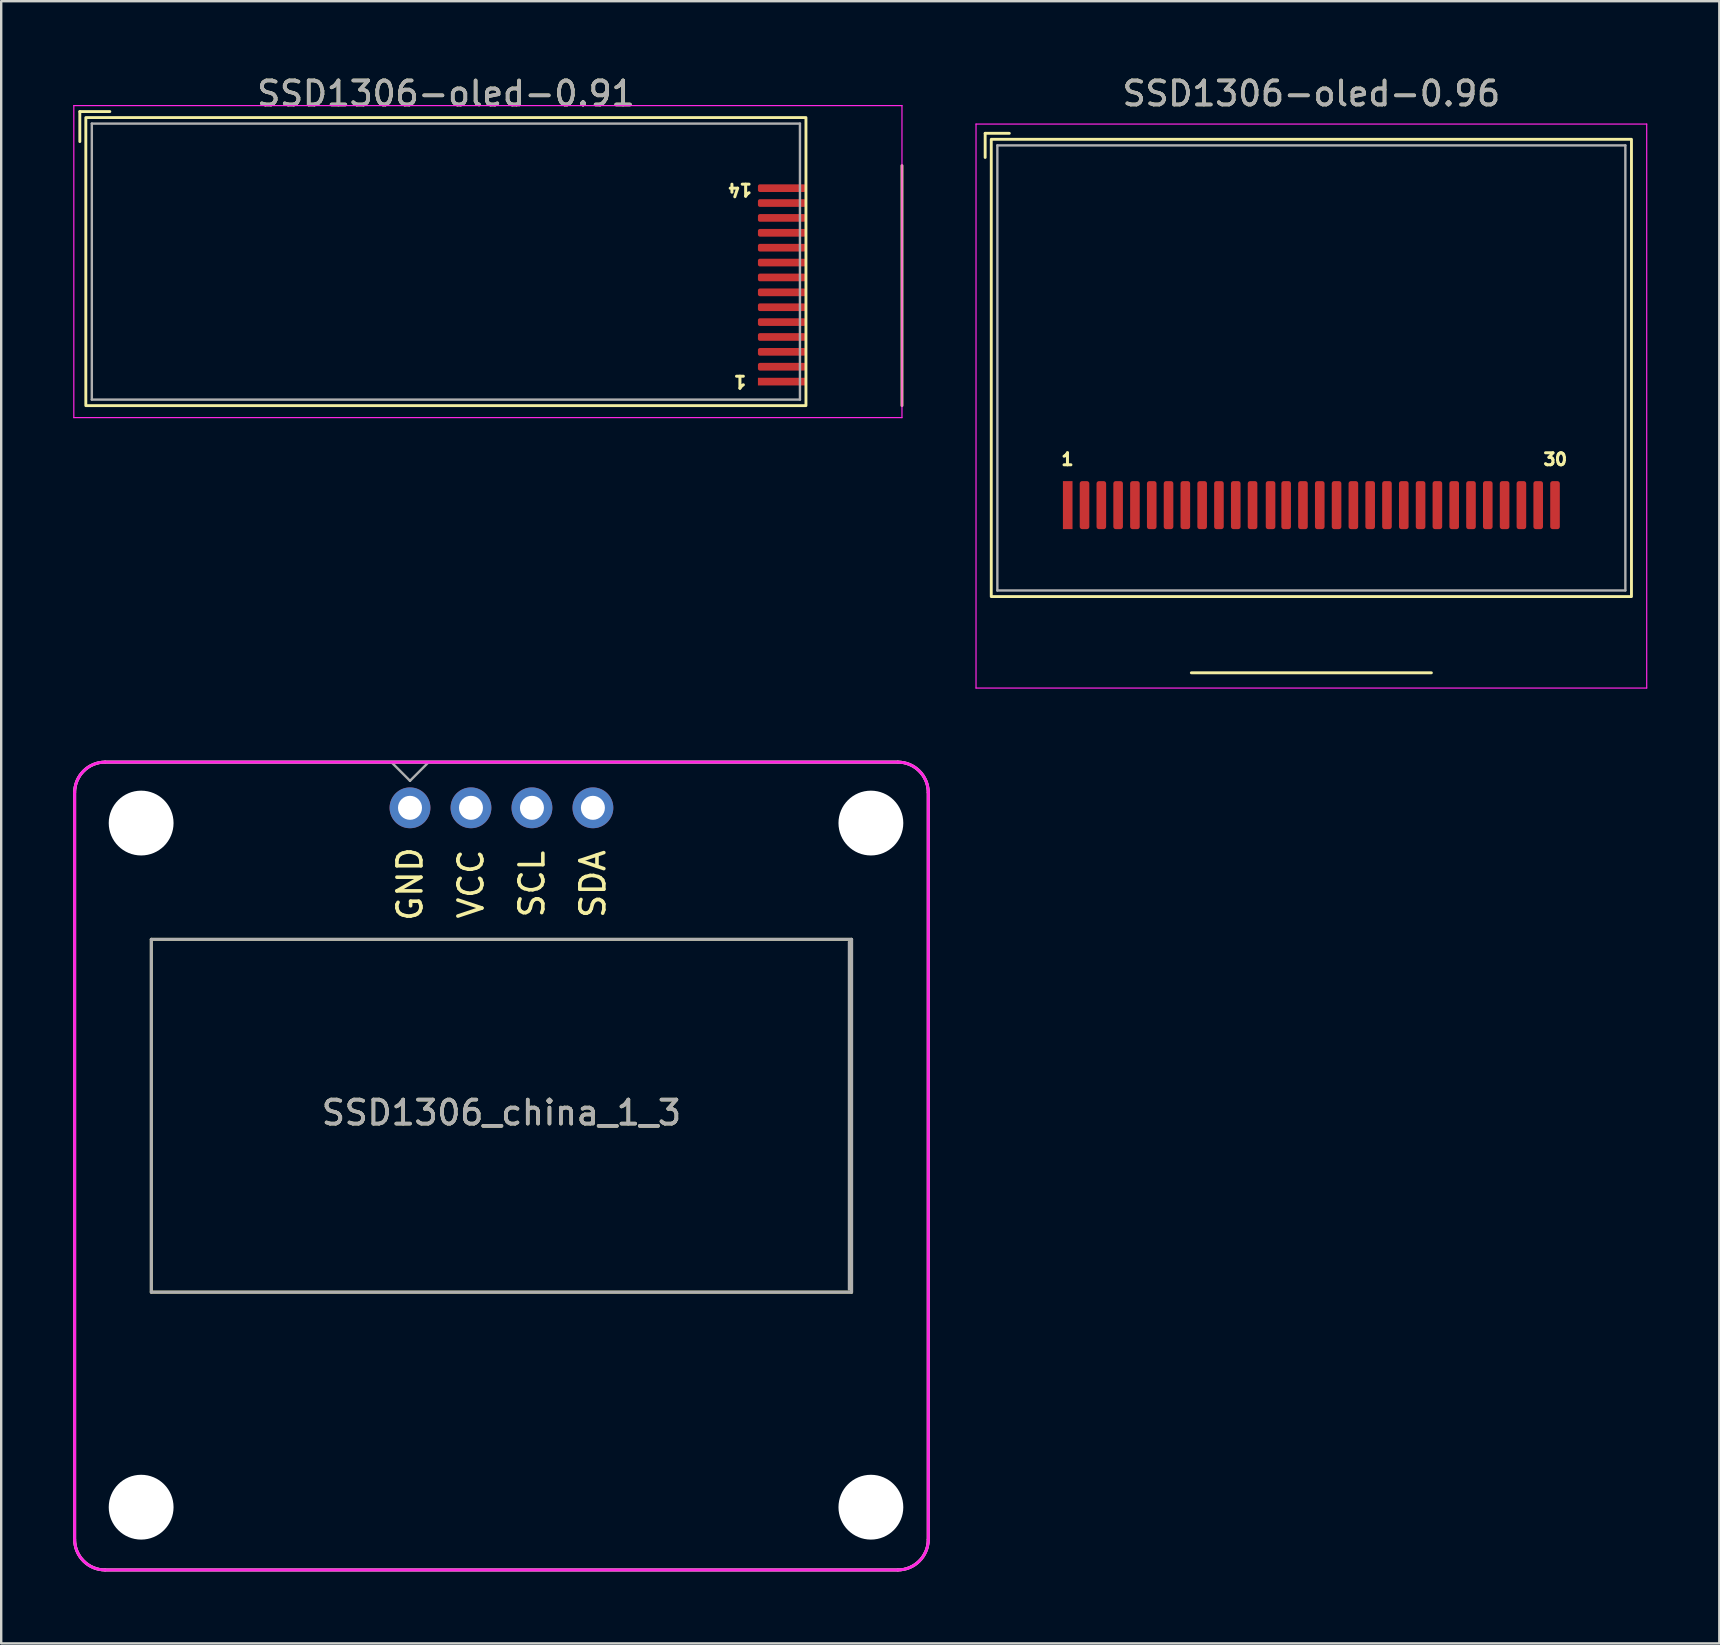
<source format=kicad_pcb>
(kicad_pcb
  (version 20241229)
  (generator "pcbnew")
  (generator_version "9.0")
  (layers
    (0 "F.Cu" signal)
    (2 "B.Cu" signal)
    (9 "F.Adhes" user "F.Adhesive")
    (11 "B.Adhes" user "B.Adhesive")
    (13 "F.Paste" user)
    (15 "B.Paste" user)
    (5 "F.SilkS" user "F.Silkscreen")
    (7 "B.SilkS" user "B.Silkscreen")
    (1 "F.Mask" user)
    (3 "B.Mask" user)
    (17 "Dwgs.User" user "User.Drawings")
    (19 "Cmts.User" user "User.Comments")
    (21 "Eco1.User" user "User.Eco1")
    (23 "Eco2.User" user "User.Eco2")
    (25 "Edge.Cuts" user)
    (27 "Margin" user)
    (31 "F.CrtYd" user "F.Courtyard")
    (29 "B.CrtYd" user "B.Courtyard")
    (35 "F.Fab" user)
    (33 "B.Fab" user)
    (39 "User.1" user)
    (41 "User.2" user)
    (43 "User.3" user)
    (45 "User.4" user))
  (footprint "SSD1306-oled-0.96"
    (layer "F.Cu")
    (at 51.58 17.993)
    (property "Reference" "SSD1306-oled-0.96" (at 0 -17.145 0) (unlocked yes) (layer "F.SilkS") (effects (font (size 1 1) (thickness 0.15))))
    (attr smd)
    (fp_line (start -13.589 -15.489) (end -13.589 -14.483) (stroke (width 0.12) (type solid)) (layer "F.SilkS"))
    (fp_line (start -12.583 -15.489) (end -13.589 -15.489) (stroke (width 0.12) (type solid)) (layer "F.SilkS"))
    (fp_line (start 5 6.985) (end -5 6.985) (stroke (width 0.12) (type solid)) (layer "F.SilkS"))
    (fp_rect (start -13.335 3.81) (end 13.335 -15.24) (stroke (width 0.12) (type solid)) (fill no) (layer "F.SilkS"))
    (fp_line (start -13.97 -15.875) (end -13.97 7.62) (stroke (width 0.05) (type solid)) (layer "F.CrtYd"))
    (fp_line (start -13.97 -15.875) (end 13.97 -15.875) (stroke (width 0.05) (type solid)) (layer "F.CrtYd"))
    (fp_line (start -13.97 7.62) (end 13.97 7.62) (stroke (width 0.05) (type solid)) (layer "F.CrtYd"))
    (fp_line (start 13.97 7.62) (end 13.97 -15.875) (stroke (width 0.05) (type solid)) (layer "F.CrtYd"))
    (fp_line (start -13.081 3.556) (end -13.081 -14.986) (stroke (width 0.1) (type solid)) (layer "F.Fab"))
    (fp_line (start 13.081 -14.986) (end -13.081 -14.986) (stroke (width 0.1) (type solid)) (layer "F.Fab"))
    (fp_line (start 13.081 3.556) (end -13.081 3.556) (stroke (width 0.1) (type solid)) (layer "F.Fab"))
    (fp_line (start 13.081 3.556) (end 13.081 -14.986) (stroke (width 0.1) (type solid)) (layer "F.Fab"))
    (fp_text user "30" (at 10.16 -1.905 0) (layer "F.SilkS") (effects (font (size 0.5 0.5) (thickness 0.125))))
    (fp_text user "1" (at -10.16 -1.905 0) (layer "F.SilkS") (effects (font (size 0.5 0.5) (thickness 0.125))))
    (fp_text user "${REFERENCE}" (at 0 -17.145 0) (unlocked yes) (layer "F.Fab") (effects (font (size 1 1) (thickness 0.15))))
    (pad "1" smd rect (at -10.15 0) (size 0.4 2) (layers "F.Cu" "F.Mask" "F.Paste"))
    (pad "2" smd roundrect (at -9.45 0) (size 0.4 2) (layers "F.Cu" "F.Mask" "F.Paste") (roundrect_rratio 0.25))
    (pad "3" smd roundrect (at -8.75 0) (size 0.4 2) (layers "F.Cu" "F.Mask" "F.Paste") (roundrect_rratio 0.25))
    (pad "4" smd roundrect (at -8.05 0) (size 0.4 2) (layers "F.Cu" "F.Mask" "F.Paste") (roundrect_rratio 0.25))
    (pad "5" smd roundrect (at -7.35 0) (size 0.4 2) (layers "F.Cu" "F.Mask" "F.Paste") (roundrect_rratio 0.25))
    (pad "6" smd roundrect (at -6.65 0) (size 0.4 2) (layers "F.Cu" "F.Mask" "F.Paste") (roundrect_rratio 0.25))
    (pad "7" smd roundrect (at -5.95 0) (size 0.4 2) (layers "F.Cu" "F.Mask" "F.Paste") (roundrect_rratio 0.25))
    (pad "8" smd roundrect (at -5.25 0) (size 0.4 2) (layers "F.Cu" "F.Mask" "F.Paste") (roundrect_rratio 0.25))
    (pad "9" smd roundrect (at -4.55 0) (size 0.4 2) (layers "F.Cu" "F.Mask" "F.Paste") (roundrect_rratio 0.25))
    (pad "10" smd roundrect (at -3.85 0) (size 0.4 2) (layers "F.Cu" "F.Mask" "F.Paste") (roundrect_rratio 0.25))
    (pad "11" smd roundrect (at -3.15 0) (size 0.4 2) (layers "F.Cu" "F.Mask" "F.Paste") (roundrect_rratio 0.25))
    (pad "12" smd roundrect (at -2.45 0) (size 0.4 2) (layers "F.Cu" "F.Mask" "F.Paste") (roundrect_rratio 0.25))
    (pad "13" smd roundrect (at -1.7 0) (size 0.4 2) (layers "F.Cu" "F.Mask" "F.Paste") (roundrect_rratio 0.25))
    (pad "14" smd roundrect (at -1.05 0) (size 0.4 2) (layers "F.Cu" "F.Mask" "F.Paste") (roundrect_rratio 0.25))
    (pad "15" smd roundrect (at -0.35 0) (size 0.4 2) (layers "F.Cu" "F.Mask" "F.Paste") (roundrect_rratio 0.25))
    (pad "16" smd roundrect (at 0.35 0) (size 0.4 2) (layers "F.Cu" "F.Mask" "F.Paste") (roundrect_rratio 0.25))
    (pad "17" smd roundrect (at 1.05 0) (size 0.4 2) (layers "F.Cu" "F.Mask" "F.Paste") (roundrect_rratio 0.25))
    (pad "18" smd roundrect (at 1.75 0) (size 0.4 2) (layers "F.Cu" "F.Mask" "F.Paste") (roundrect_rratio 0.25))
    (pad "19" smd roundrect (at 2.45 0) (size 0.4 2) (layers "F.Cu" "F.Mask" "F.Paste") (roundrect_rratio 0.25))
    (pad "20" smd roundrect (at 3.15 0) (size 0.4 2) (layers "F.Cu" "F.Mask" "F.Paste") (roundrect_rratio 0.25))
    (pad "21" smd roundrect (at 3.85 0) (size 0.4 2) (layers "F.Cu" "F.Mask" "F.Paste") (roundrect_rratio 0.25))
    (pad "22" smd roundrect (at 4.55 0) (size 0.4 2) (layers "F.Cu" "F.Mask" "F.Paste") (roundrect_rratio 0.25))
    (pad "23" smd roundrect (at 5.25 0) (size 0.4 2) (layers "F.Cu" "F.Mask" "F.Paste") (roundrect_rratio 0.25))
    (pad "24" smd roundrect (at 5.95 0) (size 0.4 2) (layers "F.Cu" "F.Mask" "F.Paste") (roundrect_rratio 0.25))
    (pad "25" smd roundrect (at 6.65 0) (size 0.4 2) (layers "F.Cu" "F.Mask" "F.Paste") (roundrect_rratio 0.25))
    (pad "26" smd roundrect (at 7.35 0) (size 0.4 2) (layers "F.Cu" "F.Mask" "F.Paste") (roundrect_rratio 0.25))
    (pad "27" smd roundrect (at 8.05 0) (size 0.4 2) (layers "F.Cu" "F.Mask" "F.Paste") (roundrect_rratio 0.25))
    (pad "28" smd roundrect (at 8.75 0) (size 0.4 2) (layers "F.Cu" "F.Mask" "F.Paste") (roundrect_rratio 0.25))
    (pad "29" smd roundrect (at 9.45 0) (size 0.4 2) (layers "F.Cu" "F.Mask" "F.Paste") (roundrect_rratio 0.25))
    (pad "30" smd roundrect (at 10.15 0) (size 0.4 2) (layers "F.Cu" "F.Mask" "F.Paste") (roundrect_rratio 0.25)))
  (footprint "SSD1306-oled-0.91"
    (layer "F.Cu")
    (at 29.525 12.848)
    (property "Reference" "SSD1306-oled-0.91" (at -14 -12 0) (unlocked yes) (layer "F.SilkS") (effects (font (size 1 1) (thickness 0.15))))
    (attr smd)
    (fp_line (start -29.25 -11.25) (end -29.25 -10) (stroke (width 0.12) (type solid)) (layer "F.SilkS"))
    (fp_line (start -28 -11.25) (end -29.25 -11.25) (stroke (width 0.12) (type solid)) (layer "F.SilkS"))
    (fp_line (start 5 1) (end 5 -9) (stroke (width 0.12) (type solid)) (layer "F.SilkS"))
    (fp_rect (start 1 1) (end -29 -11) (stroke (width 0.12) (type solid)) (fill no) (layer "F.SilkS"))
    (fp_line (start -29.5 -11.5) (end -29.5 1.5) (stroke (width 0.05) (type solid)) (layer "F.CrtYd"))
    (fp_line (start -29.5 -11.5) (end 5 -11.5) (stroke (width 0.05) (type solid)) (layer "F.CrtYd"))
    (fp_line (start 5 -11.5) (end 5 1.5) (stroke (width 0.05) (type solid)) (layer "F.CrtYd"))
    (fp_line (start 5 1.5) (end -29.5 1.5) (stroke (width 0.05) (type solid)) (layer "F.CrtYd"))
    (fp_line (start -28.75 -10.75) (end -28.75 0.75) (stroke (width 0.1) (type solid)) (layer "F.Fab"))
    (fp_line (start -28.75 0.75) (end 0.75 0.75) (stroke (width 0.1) (type solid)) (layer "F.Fab"))
    (fp_line (start 0.75 -10.75) (end -28.75 -10.75) (stroke (width 0.1) (type solid)) (layer "F.Fab"))
    (fp_line (start 0.75 0.75) (end 0.75 -10.75) (stroke (width 0.1) (type solid)) (layer "F.Fab"))
    (fp_text user "1" (at -1.75 0 180) (unlocked yes) (layer "F.SilkS") (effects (font (size 0.5 0.5) (thickness 0.125))))
    (fp_text user "14" (at -1.75 -8 180) (unlocked yes) (layer "F.SilkS") (effects (font (size 0.5 0.5) (thickness 0.125))))
    (fp_text user "${REFERENCE}" (at -14 -12 0) (unlocked yes) (layer "F.Fab") (effects (font (size 1 1) (thickness 0.15))))
    (pad "1" smd rect (at 0 0 180) (size 2 0.32) (layers "F.Cu" "F.Mask" "F.Paste"))
    (pad "2" smd roundrect (at 0 -0.62 180) (size 2 0.32) (layers "F.Cu" "F.Mask" "F.Paste") (roundrect_rratio 0.25))
    (pad "3" smd roundrect (at 0 -1.24 180) (size 2 0.32) (layers "F.Cu" "F.Mask" "F.Paste") (roundrect_rratio 0.25))
    (pad "4" smd roundrect (at 0 -1.86 180) (size 2 0.32) (layers "F.Cu" "F.Mask" "F.Paste") (roundrect_rratio 0.25))
    (pad "5" smd roundrect (at 0 -2.48 180) (size 2 0.32) (layers "F.Cu" "F.Mask" "F.Paste") (roundrect_rratio 0.25))
    (pad "6" smd roundrect (at 0 -3.1 180) (size 2 0.32) (layers "F.Cu" "F.Mask" "F.Paste") (roundrect_rratio 0.25))
    (pad "7" smd roundrect (at 0 -3.72 180) (size 2 0.32) (layers "F.Cu" "F.Mask" "F.Paste") (roundrect_rratio 0.25))
    (pad "8" smd roundrect (at 0 -4.34 180) (size 2 0.32) (layers "F.Cu" "F.Mask" "F.Paste") (roundrect_rratio 0.25))
    (pad "9" smd roundrect (at 0 -4.96 180) (size 2 0.32) (layers "F.Cu" "F.Mask" "F.Paste") (roundrect_rratio 0.25))
    (pad "10" smd roundrect (at 0 -5.58 180) (size 2 0.32) (layers "F.Cu" "F.Mask" "F.Paste") (roundrect_rratio 0.25))
    (pad "11" smd roundrect (at 0 -6.2 180) (size 2 0.32) (layers "F.Cu" "F.Mask" "F.Paste") (roundrect_rratio 0.25))
    (pad "12" smd roundrect (at 0 -6.82 180) (size 2 0.32) (layers "F.Cu" "F.Mask" "F.Paste") (roundrect_rratio 0.25))
    (pad "13" smd roundrect (at 0 -7.44 180) (size 2 0.32) (layers "F.Cu" "F.Mask" "F.Paste") (roundrect_rratio 0.25))
    (pad "14" smd roundrect (at 0 -8.06 180) (size 2 0.32) (layers "F.Cu" "F.Mask" "F.Paste") (roundrect_rratio 0.25)))
  (footprint "SSD1306_china_1_3"
    (layer "F.Cu")
    (at 14.03 30.603)
    (property "Reference" "SSD1306_china_1_3" (at 3.81 12.7 0) (layer "F.SilkS") (effects (font (size 1 1) (thickness 0.15))))
    (attr through_hole)
    (fp_line (start -13.97 -0.635) (end -13.97 30.48) (stroke (width 0.12) (type solid)) (layer "F.SilkS"))
    (fp_line (start -12.7 31.75) (end 20.32 31.75) (stroke (width 0.12) (type solid)) (layer "F.SilkS"))
    (fp_line (start -10.778 5.478) (end -10.778 20.176) (stroke (width 0.12) (type solid)) (layer "F.SilkS"))
    (fp_line (start -10.778 5.478) (end 18.398 5.478) (stroke (width 0.12) (type solid)) (layer "F.SilkS"))
    (fp_line (start -10.778 20.176) (end 18.398 20.176) (stroke (width 0.12) (type solid)) (layer "F.SilkS"))
    (fp_line (start 18.398 5.478) (end 18.398 20.176) (stroke (width 0.12) (type solid)) (layer "F.SilkS"))
    (fp_line (start 20.32 -1.905) (end -12.7 -1.905) (stroke (width 0.12) (type solid)) (layer "F.SilkS"))
    (fp_line (start 21.59 30.48) (end 21.59 -0.635) (stroke (width 0.12) (type solid)) (layer "F.SilkS"))
    (fp_arc (start -13.97 -0.635) (mid -13.598026 -1.533026) (end -12.7 -1.905) (stroke (width 0.12) (type solid)) (layer "F.SilkS"))
    (fp_arc (start -12.7 31.75) (mid -13.598026 31.378026) (end -13.97 30.48) (stroke (width 0.12) (type solid)) (layer "F.SilkS"))
    (fp_arc (start 20.32 -1.905) (mid 21.218026 -1.533026) (end 21.59 -0.635) (stroke (width 0.12) (type solid)) (layer "F.SilkS"))
    (fp_arc (start 21.59 30.48) (mid 21.218026 31.378026) (end 20.32 31.75) (stroke (width 0.12) (type solid)) (layer "F.SilkS"))
    (fp_line (start -13.97 -0.635) (end -13.97 30.48) (stroke (width 0.12) (type solid)) (layer "F.CrtYd"))
    (fp_line (start -12.7 31.75) (end 20.32 31.75) (stroke (width 0.12) (type solid)) (layer "F.CrtYd"))
    (fp_line (start 20.32 -1.905) (end -12.7 -1.905) (stroke (width 0.12) (type solid)) (layer "F.CrtYd"))
    (fp_line (start 21.59 30.48) (end 21.59 -0.635) (stroke (width 0.12) (type solid)) (layer "F.CrtYd"))
    (fp_arc (start -13.97 -0.635) (mid -13.598026 -1.533026) (end -12.7 -1.905) (stroke (width 0.12) (type solid)) (layer "F.CrtYd"))
    (fp_arc (start -12.7 31.75) (mid -13.598026 31.378026) (end -13.97 30.48) (stroke (width 0.12) (type solid)) (layer "F.CrtYd"))
    (fp_arc (start 20.32 -1.905) (mid 21.218026 -1.533026) (end 21.59 -0.635) (stroke (width 0.12) (type solid)) (layer "F.CrtYd"))
    (fp_arc (start 21.59 30.48) (mid 21.218026 31.378026) (end 20.32 31.75) (stroke (width 0.12) (type solid)) (layer "F.CrtYd"))
    (fp_line (start -13.97 -0.635) (end -13.97 30.48) (stroke (width 0.12) (type solid)) (layer "F.Fab"))
    (fp_line (start -12.7 31.75) (end 20.32 31.75) (stroke (width 0.12) (type solid)) (layer "F.Fab"))
    (fp_line (start -10.778 5.478) (end -10.778 20.176) (stroke (width 0.12) (type solid)) (layer "F.Fab"))
    (fp_line (start -10.778 5.478) (end 18.398 5.478) (stroke (width 0.12) (type solid)) (layer "F.Fab"))
    (fp_line (start -10.778 20.176) (end 18.398 20.176) (stroke (width 0.12) (type solid)) (layer "F.Fab"))
    (fp_line (start -0.78 -1.905) (end 0 -1.125) (stroke (width 0.1) (type solid)) (layer "F.Fab"))
    (fp_line (start 0 -1.125) (end 0.78 -1.905) (stroke (width 0.1) (type solid)) (layer "F.Fab"))
    (fp_line (start 18.288 5.588) (end 18.288 20.066) (stroke (width 0.1) (type solid)) (layer "F.Fab"))
    (fp_line (start 18.398 5.478) (end 18.398 20.176) (stroke (width 0.12) (type solid)) (layer "F.Fab"))
    (fp_line (start 20.32 -1.905) (end -12.7 -1.905) (stroke (width 0.12) (type solid)) (layer "F.Fab"))
    (fp_line (start 21.59 30.48) (end 21.59 -0.635) (stroke (width 0.12) (type solid)) (layer "F.Fab"))
    (fp_arc (start -13.97 -0.635) (mid -13.598026 -1.533026) (end -12.7 -1.905) (stroke (width 0.12) (type solid)) (layer "F.Fab"))
    (fp_arc (start -12.7 31.75) (mid -13.598026 31.378026) (end -13.97 30.48) (stroke (width 0.12) (type solid)) (layer "F.Fab"))
    (fp_arc (start 20.32 -1.905) (mid 21.218026 -1.533026) (end 21.59 -0.635) (stroke (width 0.12) (type solid)) (layer "F.Fab"))
    (fp_arc (start 21.59 30.48) (mid 21.218026 31.378026) (end 20.32 31.75) (stroke (width 0.12) (type solid)) (layer "F.Fab"))
    (fp_text user "VCC" (at 2.54 3.175 90) (layer "F.SilkS") (effects (font (size 1 1) (thickness 0.15))))
    (fp_text user "SDA" (at 7.62 3.175 90) (layer "F.SilkS") (effects (font (size 1 1) (thickness 0.15))))
    (fp_text user "SCL" (at 5.08 3.175 90) (layer "F.SilkS") (effects (font (size 1 1) (thickness 0.15))))
    (fp_text user "GND" (at 0 3.175 90) (layer "F.SilkS") (effects (font (size 1 1) (thickness 0.15))))
    (fp_text user "${REFERENCE}" (at 3.81 12.7 0) (layer "F.Fab") (effects (font (size 1 1) (thickness 0.15))))
    (pad "" np_thru_hole circle (at -11.2 0.635) (size 2.7 2.7) (drill 2.7) (layers "*.Cu" "*.Mask"))
    (pad "" np_thru_hole circle (at -11.2 29.135) (size 2.7 2.7) (drill 2.7) (layers "*.Cu" "*.Mask"))
    (pad "" np_thru_hole circle (at 19.2 0.635) (size 2.7 2.7) (drill 2.7) (layers "*.Cu" "*.Mask"))
    (pad "" np_thru_hole circle (at 19.2 29.135) (size 2.7 2.7) (drill 2.7) (layers "*.Cu" "*.Mask"))
    (pad "1" thru_hole circle (at 0 0) (size 1.7 1.7) (drill 1) (layers "*.Cu" "*.Mask"))
    (pad "2" thru_hole circle (at 2.54 0) (size 1.7 1.7) (drill 1) (layers "*.Cu" "*.Mask"))
    (pad "3" thru_hole circle (at 5.08 0) (size 1.7 1.7) (drill 1) (layers "*.Cu" "*.Mask"))
    (pad "4" thru_hole circle (at 7.62 0) (size 1.7 1.7) (drill 1) (layers "*.Cu" "*.Mask")))
  (gr_rect
    (start -3 -3)
    (end 68.575 65.413)
    (stroke (width 0.1) (type default))
    (fill no)
    (layer "Edge.Cuts")))
</source>
